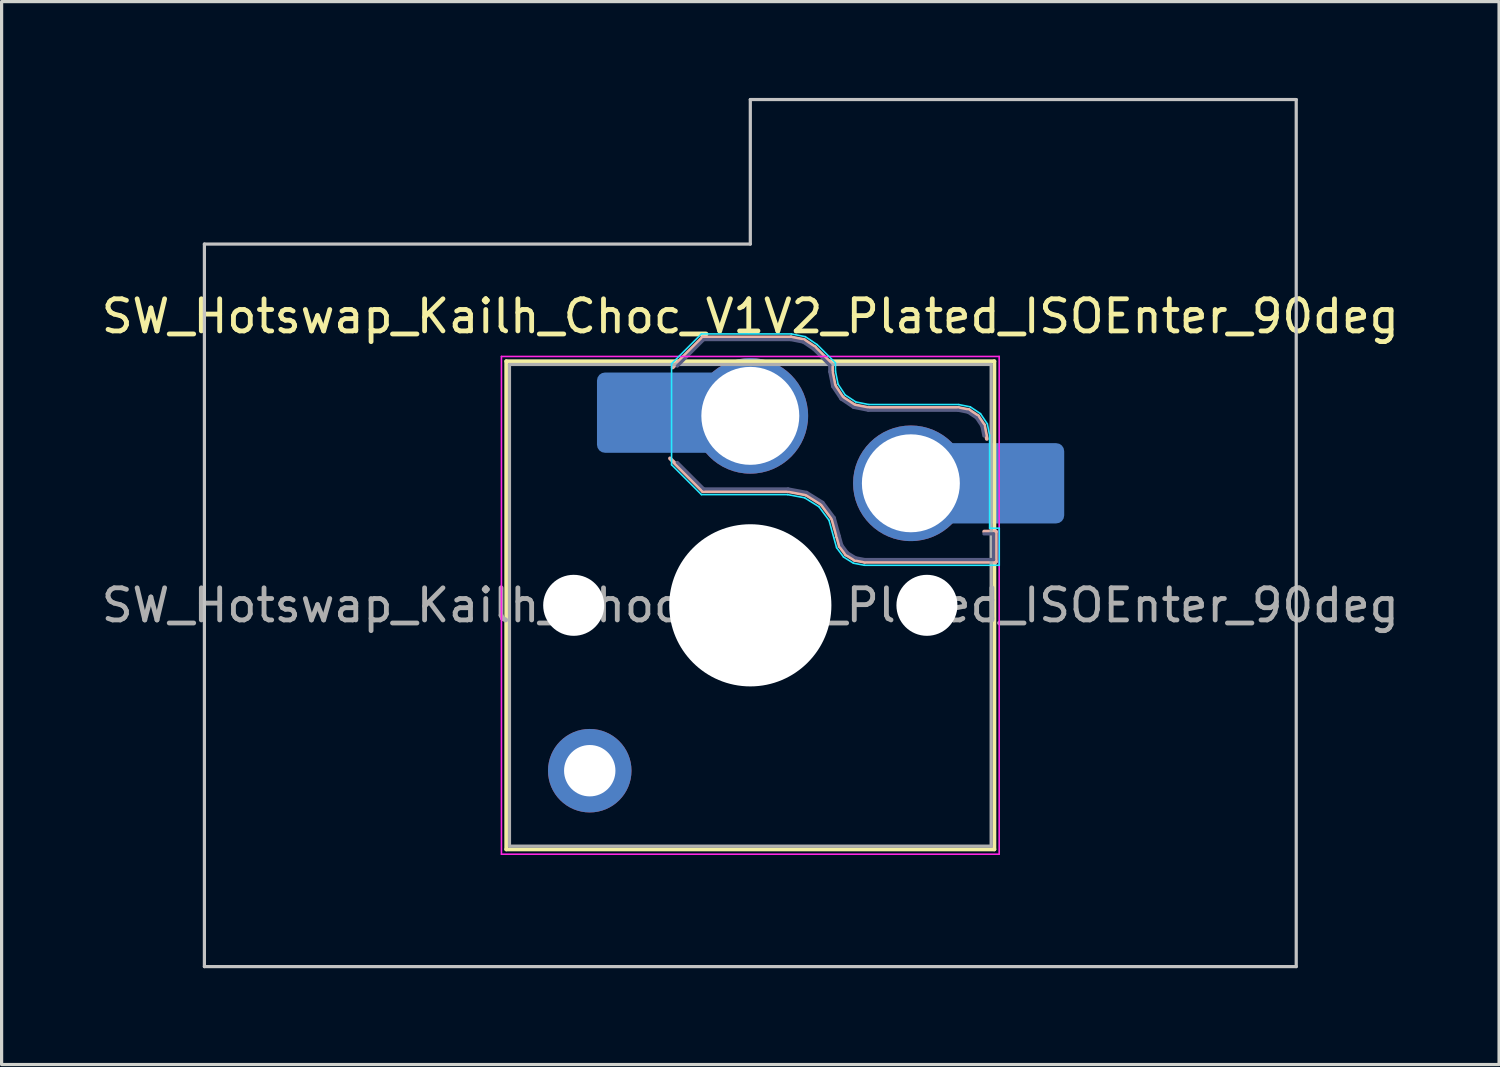
<source format=kicad_pcb>
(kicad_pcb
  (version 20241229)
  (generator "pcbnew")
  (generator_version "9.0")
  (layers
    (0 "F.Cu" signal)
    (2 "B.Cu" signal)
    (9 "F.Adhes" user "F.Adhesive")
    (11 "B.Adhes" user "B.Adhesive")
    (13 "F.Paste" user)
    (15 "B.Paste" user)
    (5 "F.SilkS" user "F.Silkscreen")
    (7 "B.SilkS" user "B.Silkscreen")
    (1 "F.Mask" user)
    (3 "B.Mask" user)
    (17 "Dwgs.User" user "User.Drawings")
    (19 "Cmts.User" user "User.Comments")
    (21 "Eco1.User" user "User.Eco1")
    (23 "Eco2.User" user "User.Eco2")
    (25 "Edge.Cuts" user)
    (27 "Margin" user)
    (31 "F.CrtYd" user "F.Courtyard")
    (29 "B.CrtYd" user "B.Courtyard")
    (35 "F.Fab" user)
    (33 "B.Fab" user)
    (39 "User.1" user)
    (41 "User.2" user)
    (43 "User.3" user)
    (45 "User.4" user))
  (footprint "SW_Hotswap_Kailh_Choc_V1V2_Plated_ISOEnter_90deg"
    (layer "F.Cu")
    (at 20.315 15.8)
    (property "Reference" "SW_Hotswap_Kailh_Choc_V1V2_Plated_ISOEnter_90deg" (at 0 -9 0) (layer "F.SilkS") (effects (font (size 1 1) (thickness 0.15))))
    (attr smd)
    (fp_line (start -7.6 -7.6) (end -7.6 7.6) (stroke (width 0.12) (type solid)) (layer "F.SilkS"))
    (fp_line (start -7.6 7.6) (end 7.6 7.6) (stroke (width 0.12) (type solid)) (layer "F.SilkS"))
    (fp_line (start 7.6 -7.6) (end -7.6 -7.6) (stroke (width 0.12) (type solid)) (layer "F.SilkS"))
    (fp_line (start 7.6 7.6) (end 7.6 -7.6) (stroke (width 0.12) (type solid)) (layer "F.SilkS"))
    (fp_line (start -2.416 -7.409) (end -1.479 -8.346) (stroke (width 0.12) (type solid)) (layer "B.SilkS"))
    (fp_line (start -1.479 -8.346) (end 1.268 -8.346) (stroke (width 0.12) (type solid)) (layer "B.SilkS"))
    (fp_line (start -1.479 -3.554) (end -2.5 -4.575) (stroke (width 0.12) (type solid)) (layer "B.SilkS"))
    (fp_line (start 1.168 -3.554) (end -1.479 -3.554) (stroke (width 0.12) (type solid)) (layer "B.SilkS"))
    (fp_line (start 1.268 -8.346) (end 1.671 -8.266) (stroke (width 0.12) (type solid)) (layer "B.SilkS"))
    (fp_line (start 1.671 -8.266) (end 2.013 -8.037) (stroke (width 0.12) (type solid)) (layer "B.SilkS"))
    (fp_line (start 1.73 -3.449) (end 1.168 -3.554) (stroke (width 0.12) (type solid)) (layer "B.SilkS"))
    (fp_line (start 2.013 -8.037) (end 2.546 -7.504) (stroke (width 0.12) (type solid)) (layer "B.SilkS"))
    (fp_line (start 2.209 -3.15) (end 1.73 -3.449) (stroke (width 0.12) (type solid)) (layer "B.SilkS"))
    (fp_line (start 2.546 -7.504) (end 2.546 -7.282) (stroke (width 0.12) (type solid)) (layer "B.SilkS"))
    (fp_line (start 2.546 -7.282) (end 2.633 -6.844) (stroke (width 0.12) (type solid)) (layer "B.SilkS"))
    (fp_line (start 2.547 -2.697) (end 2.209 -3.15) (stroke (width 0.12) (type solid)) (layer "B.SilkS"))
    (fp_line (start 2.633 -6.844) (end 2.877 -6.477) (stroke (width 0.12) (type solid)) (layer "B.SilkS"))
    (fp_line (start 2.701 -2.139) (end 2.547 -2.697) (stroke (width 0.12) (type solid)) (layer "B.SilkS"))
    (fp_line (start 2.783 -1.841) (end 2.701 -2.139) (stroke (width 0.12) (type solid)) (layer "B.SilkS"))
    (fp_line (start 2.877 -6.477) (end 3.244 -6.233) (stroke (width 0.12) (type solid)) (layer "B.SilkS"))
    (fp_line (start 2.976 -1.583) (end 2.783 -1.841) (stroke (width 0.12) (type solid)) (layer "B.SilkS"))
    (fp_line (start 3.244 -6.233) (end 3.682 -6.146) (stroke (width 0.12) (type solid)) (layer "B.SilkS"))
    (fp_line (start 3.25 -1.413) (end 2.976 -1.583) (stroke (width 0.12) (type solid)) (layer "B.SilkS"))
    (fp_line (start 3.56 -1.354) (end 3.25 -1.413) (stroke (width 0.12) (type solid)) (layer "B.SilkS"))
    (fp_line (start 3.682 -6.146) (end 6.482 -6.146) (stroke (width 0.12) (type solid)) (layer "B.SilkS"))
    (fp_line (start 6.482 -6.146) (end 6.809 -6.081) (stroke (width 0.12) (type solid)) (layer "B.SilkS"))
    (fp_line (start 6.809 -6.081) (end 7.092 -5.892) (stroke (width 0.12) (type solid)) (layer "B.SilkS"))
    (fp_line (start 7.092 -5.892) (end 7.281 -5.609) (stroke (width 0.12) (type solid)) (layer "B.SilkS"))
    (fp_line (start 7.281 -5.609) (end 7.366 -5.182) (stroke (width 0.12) (type solid)) (layer "B.SilkS"))
    (fp_line (start 7.283 -2.296) (end 7.646 -2.296) (stroke (width 0.12) (type solid)) (layer "B.SilkS"))
    (fp_line (start 7.646 -2.296) (end 7.646 -1.354) (stroke (width 0.12) (type solid)) (layer "B.SilkS"))
    (fp_line (start 7.646 -1.354) (end 3.56 -1.354) (stroke (width 0.12) (type solid)) (layer "B.SilkS"))
    (fp_line (start -17 -11.25) (end -17 11.25) (stroke (width 0.1) (type solid)) (layer "Dwgs.User"))
    (fp_line (start -17 11.25) (end 17 11.25) (stroke (width 0.1) (type solid)) (layer "Dwgs.User"))
    (fp_line (start 0 -15.75) (end 0 -11.25) (stroke (width 0.1) (type solid)) (layer "Dwgs.User"))
    (fp_line (start 0 -11.25) (end -17 -11.25) (stroke (width 0.1) (type solid)) (layer "Dwgs.User"))
    (fp_line (start 17 -15.75) (end 0 -15.75) (stroke (width 0.1) (type solid)) (layer "Dwgs.User"))
    (fp_line (start 17 11.25) (end 17 -15.75) (stroke (width 0.1) (type solid)) (layer "Dwgs.User"))
    (fp_line (start -7.25 -7.25) (end -7.25 7.25) (stroke (width 0.1) (type solid)) (layer "Eco1.User"))
    (fp_line (start -7.25 7.25) (end 7.25 7.25) (stroke (width 0.1) (type solid)) (layer "Eco1.User"))
    (fp_line (start 7.25 -7.25) (end -7.25 -7.25) (stroke (width 0.1) (type solid)) (layer "Eco1.User"))
    (fp_line (start 7.25 7.25) (end 7.25 -7.25) (stroke (width 0.1) (type solid)) (layer "Eco1.User"))
    (fp_line (start -2.452 -7.523) (end -1.523 -8.452) (stroke (width 0.05) (type solid)) (layer "B.CrtYd"))
    (fp_line (start -2.452 -4.377) (end -2.452 -7.523) (stroke (width 0.05) (type solid)) (layer "B.CrtYd"))
    (fp_line (start -1.523 -8.452) (end 1.278 -8.452) (stroke (width 0.05) (type solid)) (layer "B.CrtYd"))
    (fp_line (start -1.523 -3.448) (end -2.452 -4.377) (stroke (width 0.05) (type solid)) (layer "B.CrtYd"))
    (fp_line (start 1.159 -3.448) (end -1.523 -3.448) (stroke (width 0.05) (type solid)) (layer "B.CrtYd"))
    (fp_line (start 1.278 -8.452) (end 1.712 -8.366) (stroke (width 0.05) (type solid)) (layer "B.CrtYd"))
    (fp_line (start 1.691 -3.348) (end 1.159 -3.448) (stroke (width 0.05) (type solid)) (layer "B.CrtYd"))
    (fp_line (start 1.712 -8.366) (end 2.081 -8.119) (stroke (width 0.05) (type solid)) (layer "B.CrtYd"))
    (fp_line (start 2.081 -8.119) (end 2.652 -7.548) (stroke (width 0.05) (type solid)) (layer "B.CrtYd"))
    (fp_line (start 2.136 -3.071) (end 1.691 -3.348) (stroke (width 0.05) (type solid)) (layer "B.CrtYd"))
    (fp_line (start 2.45 -2.65) (end 2.136 -3.071) (stroke (width 0.05) (type solid)) (layer "B.CrtYd"))
    (fp_line (start 2.599 -2.111) (end 2.45 -2.65) (stroke (width 0.05) (type solid)) (layer "B.CrtYd"))
    (fp_line (start 2.652 -7.548) (end 2.652 -7.292) (stroke (width 0.05) (type solid)) (layer "B.CrtYd"))
    (fp_line (start 2.652 -7.292) (end 2.733 -6.885) (stroke (width 0.05) (type solid)) (layer "B.CrtYd"))
    (fp_line (start 2.687 -1.794) (end 2.599 -2.111) (stroke (width 0.05) (type solid)) (layer "B.CrtYd"))
    (fp_line (start 2.733 -6.885) (end 2.953 -6.553) (stroke (width 0.05) (type solid)) (layer "B.CrtYd"))
    (fp_line (start 2.903 -1.503) (end 2.687 -1.794) (stroke (width 0.05) (type solid)) (layer "B.CrtYd"))
    (fp_line (start 2.953 -6.553) (end 3.285 -6.333) (stroke (width 0.05) (type solid)) (layer "B.CrtYd"))
    (fp_line (start 3.211 -1.312) (end 2.903 -1.503) (stroke (width 0.05) (type solid)) (layer "B.CrtYd"))
    (fp_line (start 3.285 -6.333) (end 3.692 -6.252) (stroke (width 0.05) (type solid)) (layer "B.CrtYd"))
    (fp_line (start 3.55 -1.248) (end 3.211 -1.312) (stroke (width 0.05) (type solid)) (layer "B.CrtYd"))
    (fp_line (start 3.692 -6.252) (end 6.492 -6.252) (stroke (width 0.05) (type solid)) (layer "B.CrtYd"))
    (fp_line (start 6.492 -6.252) (end 6.85 -6.181) (stroke (width 0.05) (type solid)) (layer "B.CrtYd"))
    (fp_line (start 6.85 -6.181) (end 7.168 -5.968) (stroke (width 0.05) (type solid)) (layer "B.CrtYd"))
    (fp_line (start 7.168 -5.968) (end 7.381 -5.65) (stroke (width 0.05) (type solid)) (layer "B.CrtYd"))
    (fp_line (start 7.381 -5.65) (end 7.452 -5.292) (stroke (width 0.05) (type solid)) (layer "B.CrtYd"))
    (fp_line (start 7.452 -5.292) (end 7.452 -2.402) (stroke (width 0.05) (type solid)) (layer "B.CrtYd"))
    (fp_line (start 7.452 -2.402) (end 7.752 -2.402) (stroke (width 0.05) (type solid)) (layer "B.CrtYd"))
    (fp_line (start 7.752 -2.402) (end 7.752 -1.248) (stroke (width 0.05) (type solid)) (layer "B.CrtYd"))
    (fp_line (start 7.752 -1.248) (end 3.55 -1.248) (stroke (width 0.05) (type solid)) (layer "B.CrtYd"))
    (fp_line (start -7.75 -7.75) (end -7.75 7.75) (stroke (width 0.05) (type solid)) (layer "F.CrtYd"))
    (fp_line (start -7.75 7.75) (end 7.75 7.75) (stroke (width 0.05) (type solid)) (layer "F.CrtYd"))
    (fp_line (start 7.75 -7.75) (end -7.75 -7.75) (stroke (width 0.05) (type solid)) (layer "F.CrtYd"))
    (fp_line (start 7.75 7.75) (end 7.75 -7.75) (stroke (width 0.05) (type solid)) (layer "F.CrtYd"))
    (fp_line (start -2.275 -7.45) (end -1.45 -8.275) (stroke (width 0.1) (type solid)) (layer "B.Fab"))
    (fp_line (start -1.45 -8.275) (end 1.261 -8.275) (stroke (width 0.1) (type solid)) (layer "B.Fab"))
    (fp_line (start -1.45 -3.625) (end -2.275 -4.45) (stroke (width 0.1) (type solid)) (layer "B.Fab"))
    (fp_line (start 1.175 -3.625) (end -1.45 -3.625) (stroke (width 0.1) (type solid)) (layer "B.Fab"))
    (fp_line (start 1.261 -8.275) (end 1.643 -8.199) (stroke (width 0.1) (type solid)) (layer "B.Fab"))
    (fp_line (start 1.643 -8.199) (end 1.968 -7.982) (stroke (width 0.1) (type solid)) (layer "B.Fab"))
    (fp_line (start 1.756 -3.516) (end 1.175 -3.625) (stroke (width 0.1) (type solid)) (layer "B.Fab"))
    (fp_line (start 1.968 -7.982) (end 2.475 -7.475) (stroke (width 0.1) (type solid)) (layer "B.Fab"))
    (fp_line (start 2.258 -3.203) (end 1.756 -3.516) (stroke (width 0.1) (type solid)) (layer "B.Fab"))
    (fp_line (start 2.475 -7.475) (end 2.475 -7.275) (stroke (width 0.1) (type solid)) (layer "B.Fab"))
    (fp_line (start 2.475 -7.275) (end 2.566 -6.816) (stroke (width 0.1) (type solid)) (layer "B.Fab"))
    (fp_line (start 2.566 -6.816) (end 2.826 -6.426) (stroke (width 0.1) (type solid)) (layer "B.Fab"))
    (fp_line (start 2.612 -2.729) (end 2.258 -3.203) (stroke (width 0.1) (type solid)) (layer "B.Fab"))
    (fp_line (start 2.769 -2.158) (end 2.612 -2.729) (stroke (width 0.1) (type solid)) (layer "B.Fab"))
    (fp_line (start 2.826 -6.426) (end 3.216 -6.166) (stroke (width 0.1) (type solid)) (layer "B.Fab"))
    (fp_line (start 2.848 -1.873) (end 2.769 -2.158) (stroke (width 0.1) (type solid)) (layer "B.Fab"))
    (fp_line (start 3.025 -1.636) (end 2.848 -1.873) (stroke (width 0.1) (type solid)) (layer "B.Fab"))
    (fp_line (start 3.216 -6.166) (end 3.675 -6.075) (stroke (width 0.1) (type solid)) (layer "B.Fab"))
    (fp_line (start 3.276 -1.48) (end 3.025 -1.636) (stroke (width 0.1) (type solid)) (layer "B.Fab"))
    (fp_line (start 3.567 -1.425) (end 3.276 -1.48) (stroke (width 0.1) (type solid)) (layer "B.Fab"))
    (fp_line (start 3.675 -6.075) (end 6.475 -6.075) (stroke (width 0.1) (type solid)) (layer "B.Fab"))
    (fp_line (start 6.475 -6.075) (end 6.781 -6.014) (stroke (width 0.1) (type solid)) (layer "B.Fab"))
    (fp_line (start 6.781 -6.014) (end 7.041 -5.841) (stroke (width 0.1) (type solid)) (layer "B.Fab"))
    (fp_line (start 7.041 -5.841) (end 7.214 -5.581) (stroke (width 0.1) (type solid)) (layer "B.Fab"))
    (fp_line (start 7.214 -5.581) (end 7.275 -5.275) (stroke (width 0.1) (type solid)) (layer "B.Fab"))
    (fp_line (start 7.275 -2.225) (end 7.575 -2.225) (stroke (width 0.1) (type solid)) (layer "B.Fab"))
    (fp_line (start 7.575 -2.225) (end 7.575 -1.425) (stroke (width 0.1) (type solid)) (layer "B.Fab"))
    (fp_line (start 7.575 -1.425) (end 3.567 -1.425) (stroke (width 0.1) (type solid)) (layer "B.Fab"))
    (fp_line (start -7.5 -7.5) (end -7.5 7.5) (stroke (width 0.1) (type solid)) (layer "F.Fab"))
    (fp_line (start -7.5 7.5) (end 7.5 7.5) (stroke (width 0.1) (type solid)) (layer "F.Fab"))
    (fp_line (start 7.5 -7.5) (end -7.5 -7.5) (stroke (width 0.1) (type solid)) (layer "F.Fab"))
    (fp_line (start 7.5 7.5) (end 7.5 -7.5) (stroke (width 0.1) (type solid)) (layer "F.Fab"))
    (fp_text user "${REFERENCE}" (at 0 0 0) (layer "F.Fab") (effects (font (size 1 1) (thickness 0.15))))
    (pad "" np_thru_hole circle (at -5.5 0) (size 1.9 1.9) (drill 1.9) (layers "*.Cu" "*.Mask"))
    (pad "" thru_hole circle (at -5 5.15) (size 2.6 2.6) (drill 1.6) (layers "*.Cu" "*.Mask"))
    (pad "" smd roundrect (at -3.5 -6) (size 2.55 2.5) (layers "B.Mask" "B.Paste") (roundrect_rratio 0.1))
    (pad "" np_thru_hole circle (at 0 0) (size 5.05 5.05) (drill 5.05) (layers "*.Cu" "*.Mask"))
    (pad "" np_thru_hole circle (at 5.5 0) (size 1.9 1.9) (drill 1.9) (layers "*.Cu" "*.Mask"))
    (pad "" smd roundrect (at 8.5 -3.8) (size 2.55 2.5) (layers "B.Mask" "B.Paste") (roundrect_rratio 0.1))
    (pad "1" smd roundrect (at -2.85 -6) (size 3.85 2.5) (layers "B.Cu") (roundrect_rratio 0.1))
    (pad "1" thru_hole circle (at 0 -5.9) (size 3.6 3.6) (drill 3.05) (layers "*.Cu" "*.Mask"))
    (pad "2" thru_hole circle (at 5 -3.8) (size 3.6 3.6) (drill 3.05) (layers "*.Cu" "*.Mask"))
    (pad "2" smd roundrect (at 7.85 -3.8) (size 3.85 2.5) (layers "B.Cu") (roundrect_rratio 0.1)))
  (gr_rect
    (start -3 -3)
    (end 43.631 30.1)
    (stroke (width 0.1) (type default))
    (fill no)
    (layer "Edge.Cuts")))
</source>
